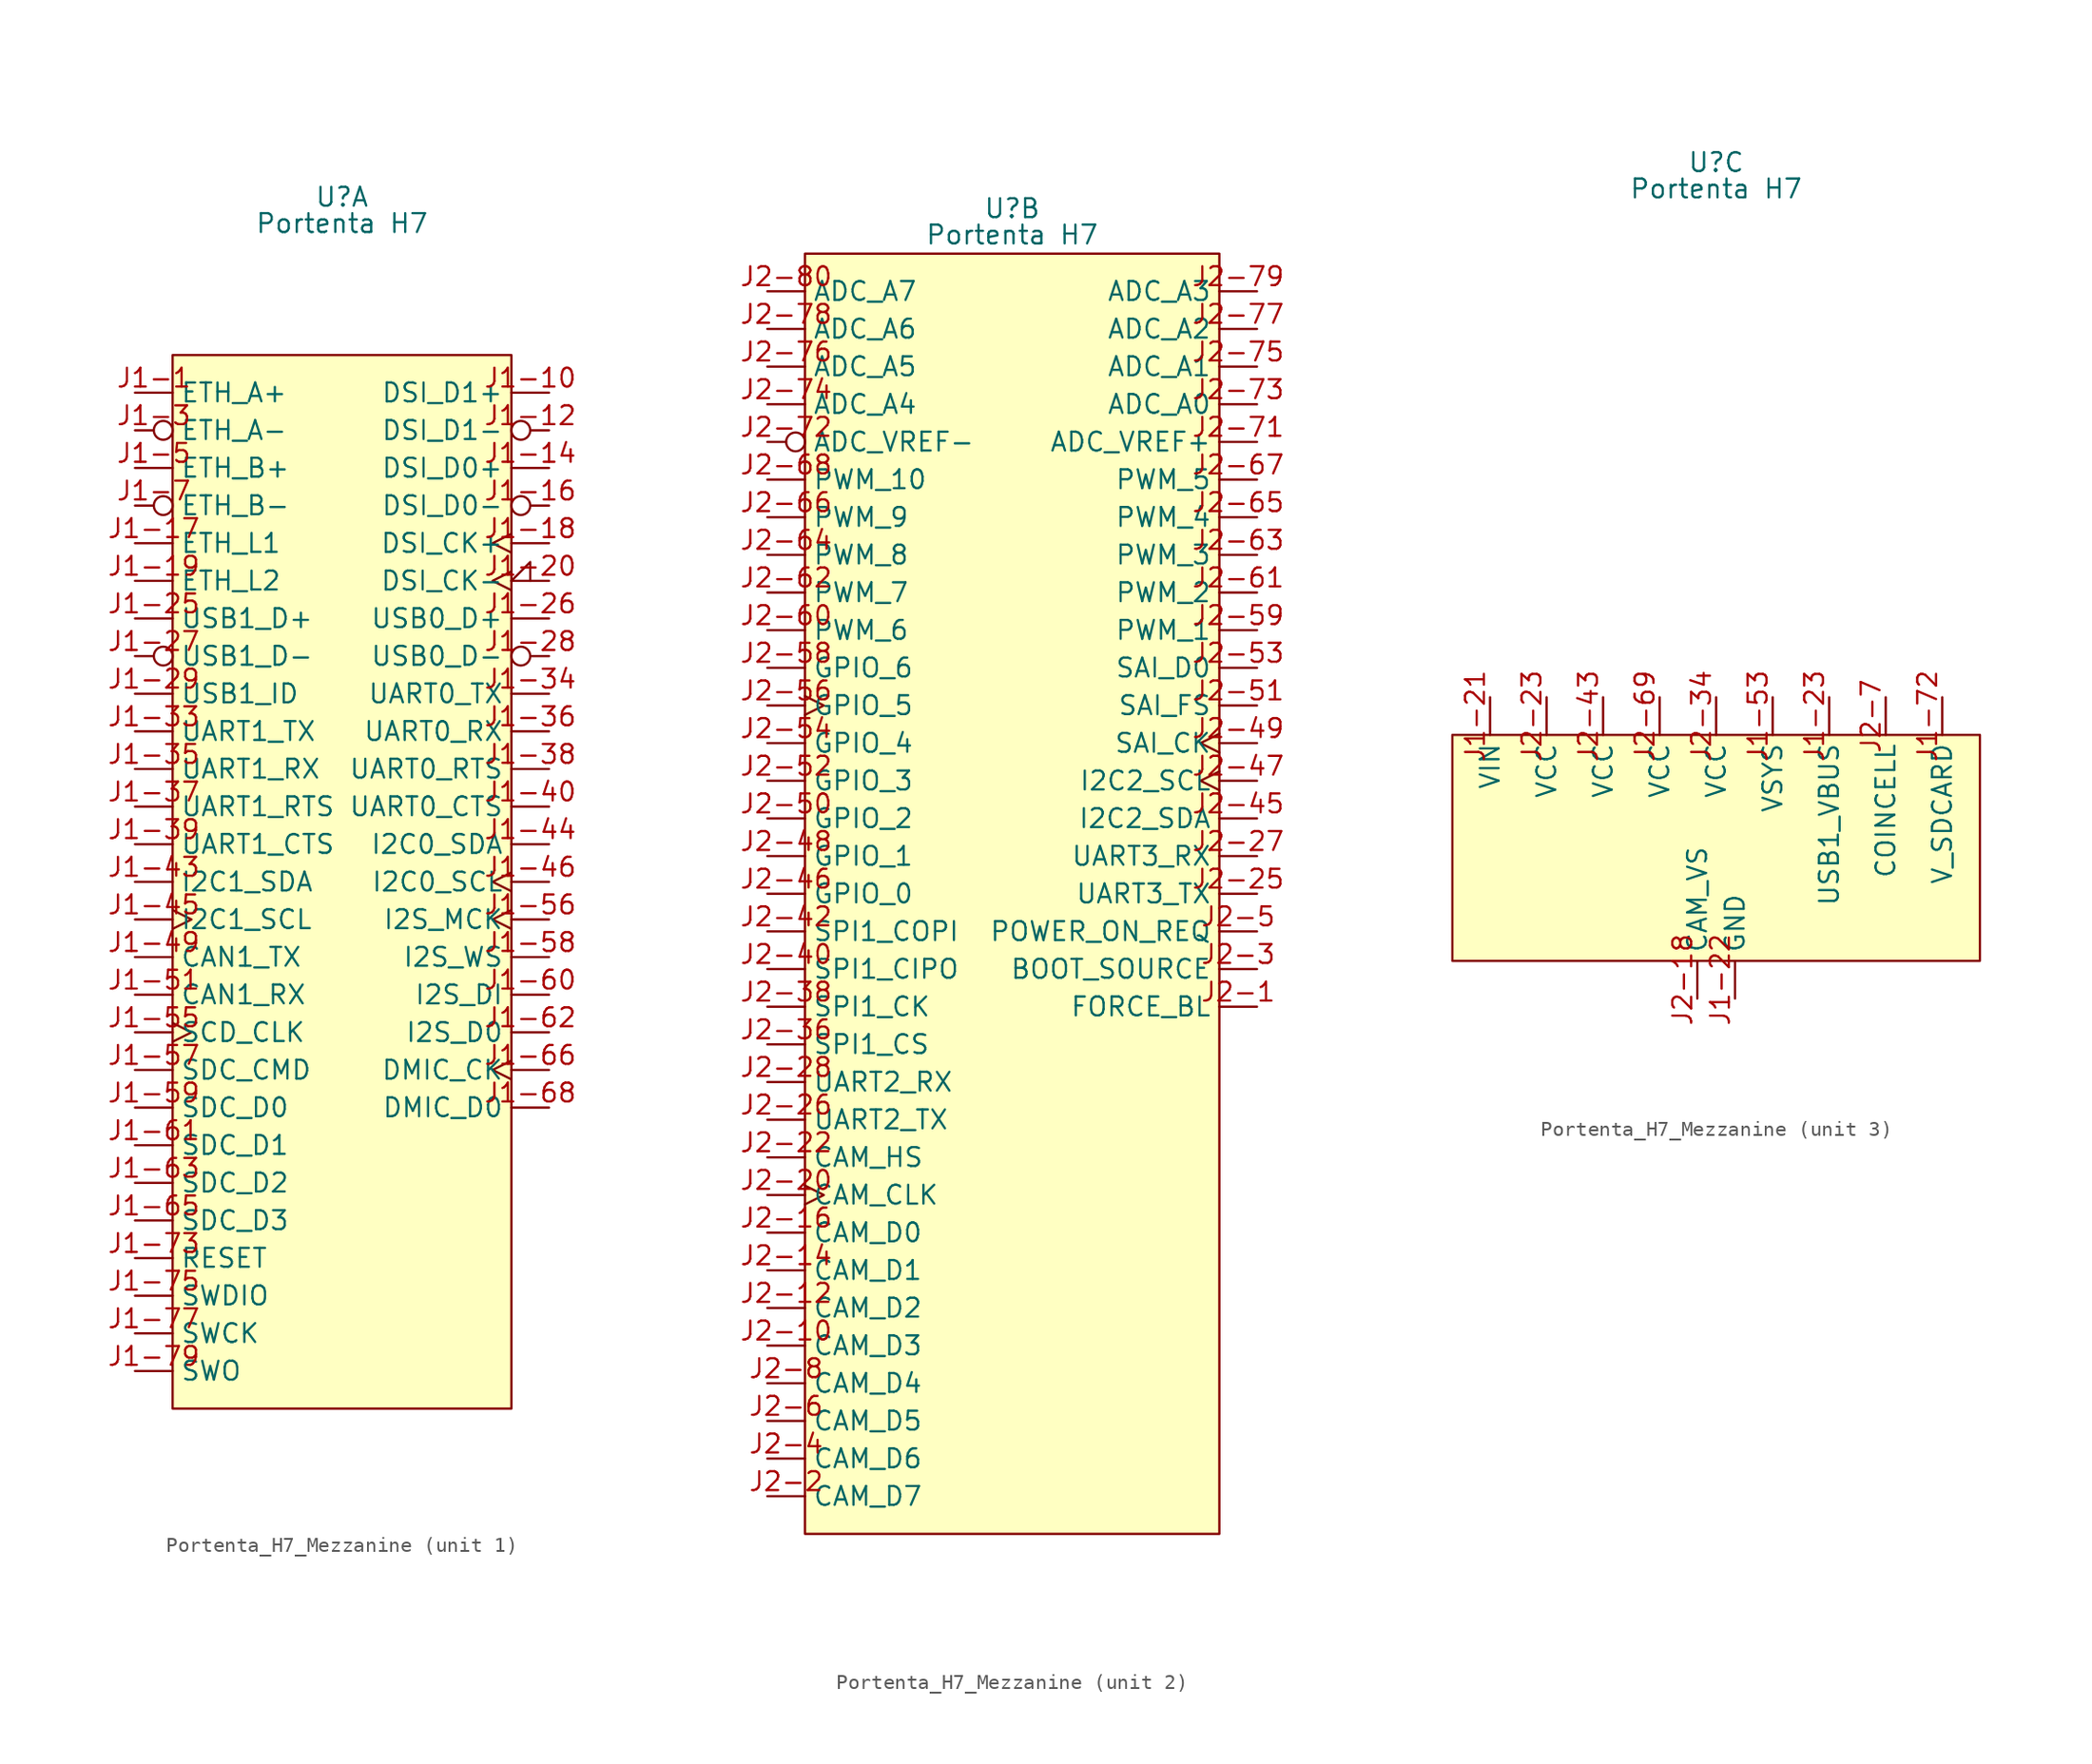
<source format=kicad_sym>
(kicad_symbol_lib
  (version 20231120)
  (generator "kicad_symbol_editor")
  (generator_version "8.0")
  (symbol "Portenta_H7_Mezzanine"
    (property "Reference" "U"
      (at 0 46.228 0)
      (do_not_autoplace)
      (effects (font (size 1.27 1.27))))
    (property "Value" "Portenta H7"
      (at 0 44.45 0)
      (do_not_autoplace)
      (effects (font (size 1.27 1.27))))
    (property "ki_locked" ""
      (at 0 0 0)
      (effects (font (size 1.27 1.27))))
    (symbol "Portenta_H7_Mezzanine_1_0"
      (pin bidirectional line (at -13.97 33.02 0) (length 2.54) (name "ETH_A+" (effects (font (size 1.27 1.27)))) (number "J1-1" (effects (font (size 1.27 1.27)))))
      (pin output line (at 13.97 33.02 180) (length 2.54) (name "DSI_D1+" (effects (font (size 1.27 1.27)))) (number "J1-10" (effects (font (size 1.27 1.27)))))
      (pin no_connect line (at 13.97 -20.32 180) (length 2.54) hide (name "NC" (effects (font (size 1.27 1.27)))) (number "J1-11" (effects (font (size 1.27 1.27)))))
      (pin output inverted (at 13.97 30.48 180) (length 2.54) (name "DSI_D1-" (effects (font (size 1.27 1.27)))) (number "J1-12" (effects (font (size 1.27 1.27)))))
      (pin no_connect line (at 13.97 -20.32 180) (length 2.54) hide (name "NC" (effects (font (size 1.27 1.27)))) (number "J1-13" (effects (font (size 1.27 1.27)))))
      (pin output line (at 13.97 27.94 180) (length 2.54) (name "DSI_D0+" (effects (font (size 1.27 1.27)))) (number "J1-14" (effects (font (size 1.27 1.27)))))
      (pin no_connect line (at 13.97 -20.32 180) (length 2.54) hide (name "NC" (effects (font (size 1.27 1.27)))) (number "J1-15" (effects (font (size 1.27 1.27)))))
      (pin output inverted (at 13.97 25.4 180) (length 2.54) (name "DSI_D0-" (effects (font (size 1.27 1.27)))) (number "J1-16" (effects (font (size 1.27 1.27)))))
      (pin output line (at -13.97 22.86 0) (length 2.54) (name "ETH_L1" (effects (font (size 1.27 1.27)))) (number "J1-17" (effects (font (size 1.27 1.27)))))
      (pin output clock (at 13.97 22.86 180) (length 2.54) (name "DSI_CK+" (effects (font (size 1.27 1.27)))) (number "J1-18" (effects (font (size 1.27 1.27)))))
      (pin output line (at -13.97 20.32 0) (length 2.54) (name "ETH_L2" (effects (font (size 1.27 1.27)))) (number "J1-19" (effects (font (size 1.27 1.27)))))
      (pin no_connect line (at 13.97 -20.32 180) (length 2.54) hide (name "NC" (effects (font (size 1.27 1.27)))) (number "J1-2" (effects (font (size 1.27 1.27)))))
      (pin output clock_low (at 13.97 20.32 180) (length 2.54) (name "DSI_CK-" (effects (font (size 1.27 1.27)))) (number "J1-20" (effects (font (size 1.27 1.27)))))
      (pin no_connect line (at 13.97 -20.32 180) (length 2.54) hide (name "NC" (effects (font (size 1.27 1.27)))) (number "J1-24" (effects (font (size 1.27 1.27)))))
      (pin bidirectional line (at -13.97 17.78 0) (length 2.54) (name "USB1_D+" (effects (font (size 1.27 1.27)))) (number "J1-25" (effects (font (size 1.27 1.27)))))
      (pin bidirectional line (at 13.97 17.78 180) (length 2.54) (name "USB0_D+" (effects (font (size 1.27 1.27)))) (number "J1-26" (effects (font (size 1.27 1.27)))))
      (pin bidirectional inverted (at -13.97 15.24 0) (length 2.54) (name "USB1_D-" (effects (font (size 1.27 1.27)))) (number "J1-27" (effects (font (size 1.27 1.27)))))
      (pin bidirectional inverted (at 13.97 15.24 180) (length 2.54) (name "USB0_D-" (effects (font (size 1.27 1.27)))) (number "J1-28" (effects (font (size 1.27 1.27)))))
      (pin input line (at -13.97 12.7 0) (length 2.54) (name "USB1_ID" (effects (font (size 1.27 1.27)))) (number "J1-29" (effects (font (size 1.27 1.27)))))
      (pin bidirectional inverted (at -13.97 30.48 0) (length 2.54) (name "ETH_A-" (effects (font (size 1.27 1.27)))) (number "J1-3" (effects (font (size 1.27 1.27)))))
      (pin no_connect line (at 13.97 -20.32 180) (length 2.54) hide (name "NC" (effects (font (size 1.27 1.27)))) (number "J1-30" (effects (font (size 1.27 1.27)))))
      (pin output line (at -13.97 10.16 0) (length 2.54) (name "UART1_TX" (effects (font (size 1.27 1.27)))) (number "J1-33" (effects (font (size 1.27 1.27)))))
      (pin output line (at 13.97 12.7 180) (length 2.54) (name "UART0_TX" (effects (font (size 1.27 1.27)))) (number "J1-34" (effects (font (size 1.27 1.27)))))
      (pin input line (at -13.97 7.62 0) (length 2.54) (name "UART1_RX" (effects (font (size 1.27 1.27)))) (number "J1-35" (effects (font (size 1.27 1.27)))))
      (pin input line (at 13.97 10.16 180) (length 2.54) (name "UART0_RX" (effects (font (size 1.27 1.27)))) (number "J1-36" (effects (font (size 1.27 1.27)))))
      (pin input line (at -13.97 5.08 0) (length 2.54) (name "UART1_RTS" (effects (font (size 1.27 1.27)))) (number "J1-37" (effects (font (size 1.27 1.27)))))
      (pin input line (at 13.97 7.62 180) (length 2.54) (name "UART0_RTS" (effects (font (size 1.27 1.27)))) (number "J1-38" (effects (font (size 1.27 1.27)))))
      (pin output line (at -13.97 2.54 0) (length 2.54) (name "UART1_CTS" (effects (font (size 1.27 1.27)))) (number "J1-39" (effects (font (size 1.27 1.27)))))
      (pin no_connect line (at 13.97 -20.32 180) (length 2.54) hide (name "NC" (effects (font (size 1.27 1.27)))) (number "J1-4" (effects (font (size 1.27 1.27)))))
      (pin output line (at 13.97 5.08 180) (length 2.54) (name "UART0_CTS" (effects (font (size 1.27 1.27)))) (number "J1-40" (effects (font (size 1.27 1.27)))))
      (pin bidirectional line (at -13.97 0 0) (length 2.54) (name "I2C1_SDA" (effects (font (size 1.27 1.27)))) (number "J1-43" (effects (font (size 1.27 1.27)))))
      (pin bidirectional line (at 13.97 2.54 180) (length 2.54) (name "I2C0_SDA" (effects (font (size 1.27 1.27)))) (number "J1-44" (effects (font (size 1.27 1.27)))))
      (pin output clock (at -13.97 -2.54 0) (length 2.54) (name "I2C1_SCL" (effects (font (size 1.27 1.27)))) (number "J1-45" (effects (font (size 1.27 1.27)))))
      (pin output clock (at 13.97 0 180) (length 2.54) (name "I2C0_SCL" (effects (font (size 1.27 1.27)))) (number "J1-46" (effects (font (size 1.27 1.27)))))
      (pin output line (at -13.97 -5.08 0) (length 2.54) (name "CAN1_TX" (effects (font (size 1.27 1.27)))) (number "J1-49" (effects (font (size 1.27 1.27)))))
      (pin bidirectional line (at -13.97 27.94 0) (length 2.54) (name "ETH_B+" (effects (font (size 1.27 1.27)))) (number "J1-5" (effects (font (size 1.27 1.27)))))
      (pin no_connect line (at 13.97 -20.32 180) (length 2.54) hide (name "NC" (effects (font (size 1.27 1.27)))) (number "J1-50" (effects (font (size 1.27 1.27)))))
      (pin input line (at -13.97 -7.62 0) (length 2.54) (name "CAN1_RX" (effects (font (size 1.27 1.27)))) (number "J1-51" (effects (font (size 1.27 1.27)))))
      (pin no_connect line (at 13.97 -20.32 180) (length 2.54) hide (name "NC" (effects (font (size 1.27 1.27)))) (number "J1-52" (effects (font (size 1.27 1.27)))))
      (pin output clock (at -13.97 -10.16 0) (length 2.54) (name "SCD_CLK" (effects (font (size 1.27 1.27)))) (number "J1-55" (effects (font (size 1.27 1.27)))))
      (pin output clock (at 13.97 -2.54 180) (length 2.54) (name "I2S_MCK" (effects (font (size 1.27 1.27)))) (number "J1-56" (effects (font (size 1.27 1.27)))))
      (pin output line (at -13.97 -12.7 0) (length 2.54) (name "SDC_CMD" (effects (font (size 1.27 1.27)))) (number "J1-57" (effects (font (size 1.27 1.27)))))
      (pin output line (at 13.97 -5.08 180) (length 2.54) (name "I2S_WS" (effects (font (size 1.27 1.27)))) (number "J1-58" (effects (font (size 1.27 1.27)))))
      (pin bidirectional line (at -13.97 -15.24 0) (length 2.54) (name "SDC_D0" (effects (font (size 1.27 1.27)))) (number "J1-59" (effects (font (size 1.27 1.27)))))
      (pin no_connect line (at 13.97 -20.32 180) (length 2.54) hide (name "NC" (effects (font (size 1.27 1.27)))) (number "J1-6" (effects (font (size 1.27 1.27)))))
      (pin input line (at 13.97 -7.62 180) (length 2.54) (name "I2S_DI" (effects (font (size 1.27 1.27)))) (number "J1-60" (effects (font (size 1.27 1.27)))))
      (pin bidirectional line (at -13.97 -17.78 0) (length 2.54) (name "SDC_D1" (effects (font (size 1.27 1.27)))) (number "J1-61" (effects (font (size 1.27 1.27)))))
      (pin bidirectional line (at 13.97 -10.16 180) (length 2.54) (name "I2S_D0" (effects (font (size 1.27 1.27)))) (number "J1-62" (effects (font (size 1.27 1.27)))))
      (pin bidirectional line (at -13.97 -20.32 0) (length 2.54) (name "SDC_D2" (effects (font (size 1.27 1.27)))) (number "J1-63" (effects (font (size 1.27 1.27)))))
      (pin bidirectional line (at -13.97 -22.86 0) (length 2.54) (name "SDC_D3" (effects (font (size 1.27 1.27)))) (number "J1-65" (effects (font (size 1.27 1.27)))))
      (pin output clock (at 13.97 -12.7 180) (length 2.54) (name "DMIC_CK" (effects (font (size 1.27 1.27)))) (number "J1-66" (effects (font (size 1.27 1.27)))))
      (pin no_connect line (at 13.97 -20.32 180) (length 2.54) hide (name "NC" (effects (font (size 1.27 1.27)))) (number "J1-67" (effects (font (size 1.27 1.27)))))
      (pin bidirectional line (at 13.97 -15.24 180) (length 2.54) (name "DMIC_D0" (effects (font (size 1.27 1.27)))) (number "J1-68" (effects (font (size 1.27 1.27)))))
      (pin no_connect line (at 13.97 -20.32 180) (length 2.54) hide (name "NC" (effects (font (size 1.27 1.27)))) (number "J1-69" (effects (font (size 1.27 1.27)))))
      (pin bidirectional inverted (at -13.97 25.4 0) (length 2.54) (name "ETH_B-" (effects (font (size 1.27 1.27)))) (number "J1-7" (effects (font (size 1.27 1.27)))))
      (pin no_connect line (at 13.97 -20.32 180) (length 2.54) hide (name "NC" (effects (font (size 1.27 1.27)))) (number "J1-70" (effects (font (size 1.27 1.27)))))
      (pin no_connect line (at 13.97 -20.32 180) (length 2.54) hide (name "NC" (effects (font (size 1.27 1.27)))) (number "J1-71" (effects (font (size 1.27 1.27)))))
      (pin input line (at -13.97 -25.4 0) (length 2.54) (name "RESET" (effects (font (size 1.27 1.27)))) (number "J1-73" (effects (font (size 1.27 1.27)))))
      (pin no_connect line (at 13.97 -20.32 180) (length 2.54) hide (name "NC" (effects (font (size 1.27 1.27)))) (number "J1-74" (effects (font (size 1.27 1.27)))))
      (pin bidirectional line (at -13.97 -27.94 0) (length 2.54) (name "SWDIO" (effects (font (size 1.27 1.27)))) (number "J1-75" (effects (font (size 1.27 1.27)))))
      (pin no_connect line (at 13.97 -20.32 180) (length 2.54) hide (name "NC" (effects (font (size 1.27 1.27)))) (number "J1-76" (effects (font (size 1.27 1.27)))))
      (pin output line (at -13.97 -30.48 0) (length 2.54) (name "SWCK" (effects (font (size 1.27 1.27)))) (number "J1-77" (effects (font (size 1.27 1.27)))))
      (pin no_connect line (at 13.97 -20.32 180) (length 2.54) hide (name "NC" (effects (font (size 1.27 1.27)))) (number "J1-78" (effects (font (size 1.27 1.27)))))
      (pin output line (at -13.97 -33.02 0) (length 2.54) (name "SWO" (effects (font (size 1.27 1.27)))) (number "J1-79" (effects (font (size 1.27 1.27)))))
      (pin no_connect line (at 13.97 -20.32 180) (length 2.54) hide (name "NC" (effects (font (size 1.27 1.27)))) (number "J1-8" (effects (font (size 1.27 1.27)))))
      (pin no_connect line (at 13.97 -20.32 180) (length 2.54) hide (name "NC" (effects (font (size 1.27 1.27)))) (number "J1-80" (effects (font (size 1.27 1.27)))))
      (pin no_connect line (at 13.97 -20.32 180) (length 2.54) hide (name "NC" (effects (font (size 1.27 1.27)))) (number "J1-9" (effects (font (size 1.27 1.27))))))
    (symbol "Portenta_H7_Mezzanine_1_1"
      (rectangle (start -11.43 35.56) (end 11.43 -35.56) (stroke (width 0) (type default)) (fill (type background))))
    (symbol "Portenta_H7_Mezzanine_2_0"
      (pin input line (at 16.51 -7.62 180) (length 2.54) (name "FORCE_BL" (effects (font (size 1.27 1.27)))) (number "J2-1" (effects (font (size 1.27 1.27)))))
      (pin bidirectional line (at -16.51 -30.48 0) (length 2.54) (name "CAM_D3" (effects (font (size 1.27 1.27)))) (number "J2-10" (effects (font (size 1.27 1.27)))))
      (pin no_connect line (at 16.51 -12.7 180) (length 2.54) hide (name "NC" (effects (font (size 1.27 1.27)))) (number "J2-11" (effects (font (size 1.27 1.27)))))
      (pin bidirectional line (at -16.51 -27.94 0) (length 2.54) (name "CAM_D2" (effects (font (size 1.27 1.27)))) (number "J2-12" (effects (font (size 1.27 1.27)))))
      (pin no_connect line (at 16.51 -12.7 180) (length 2.54) hide (name "NC" (effects (font (size 1.27 1.27)))) (number "J2-13" (effects (font (size 1.27 1.27)))))
      (pin bidirectional line (at -16.51 -25.4 0) (length 2.54) (name "CAM_D1" (effects (font (size 1.27 1.27)))) (number "J2-14" (effects (font (size 1.27 1.27)))))
      (pin no_connect line (at 16.51 -12.7 180) (length 2.54) hide (name "NC" (effects (font (size 1.27 1.27)))) (number "J2-15" (effects (font (size 1.27 1.27)))))
      (pin bidirectional line (at -16.51 -22.86 0) (length 2.54) (name "CAM_D0" (effects (font (size 1.27 1.27)))) (number "J2-16" (effects (font (size 1.27 1.27)))))
      (pin no_connect line (at 16.51 -12.7 180) (length 2.54) hide (name "NC" (effects (font (size 1.27 1.27)))) (number "J2-17" (effects (font (size 1.27 1.27)))))
      (pin no_connect line (at 16.51 -12.7 180) (length 2.54) hide (name "NC" (effects (font (size 1.27 1.27)))) (number "J2-19" (effects (font (size 1.27 1.27)))))
      (pin bidirectional line (at -16.51 -40.64 0) (length 2.54) (name "CAM_D7" (effects (font (size 1.27 1.27)))) (number "J2-2" (effects (font (size 1.27 1.27)))))
      (pin output clock (at -16.51 -20.32 0) (length 2.54) (name "CAM_CLK" (effects (font (size 1.27 1.27)))) (number "J2-20" (effects (font (size 1.27 1.27)))))
      (pin no_connect line (at 16.51 -12.7 180) (length 2.54) hide (name "NC" (effects (font (size 1.27 1.27)))) (number "J2-21" (effects (font (size 1.27 1.27)))))
      (pin output line (at -16.51 -17.78 0) (length 2.54) (name "CAM_HS" (effects (font (size 1.27 1.27)))) (number "J2-22" (effects (font (size 1.27 1.27)))))
      (pin output line (at 16.51 0 180) (length 2.54) (name "UART3_TX" (effects (font (size 1.27 1.27)))) (number "J2-25" (effects (font (size 1.27 1.27)))))
      (pin output line (at -16.51 -15.24 0) (length 2.54) (name "UART2_TX" (effects (font (size 1.27 1.27)))) (number "J2-26" (effects (font (size 1.27 1.27)))))
      (pin input line (at 16.51 2.54 180) (length 2.54) (name "UART3_RX" (effects (font (size 1.27 1.27)))) (number "J2-27" (effects (font (size 1.27 1.27)))))
      (pin input line (at -16.51 -12.7 0) (length 2.54) (name "UART2_RX" (effects (font (size 1.27 1.27)))) (number "J2-28" (effects (font (size 1.27 1.27)))))
      (pin no_connect line (at 16.51 -12.7 180) (length 2.54) hide (name "NC" (effects (font (size 1.27 1.27)))) (number "J2-29" (effects (font (size 1.27 1.27)))))
      (pin input line (at 16.51 -5.08 180) (length 2.54) (name "BOOT_SOURCE" (effects (font (size 1.27 1.27)))) (number "J2-3" (effects (font (size 1.27 1.27)))))
      (pin no_connect line (at 16.51 -12.7 180) (length 2.54) hide (name "NC" (effects (font (size 1.27 1.27)))) (number "J2-30" (effects (font (size 1.27 1.27)))))
      (pin no_connect line (at 16.51 -12.7 180) (length 2.54) hide (name "NC" (effects (font (size 1.27 1.27)))) (number "J2-31" (effects (font (size 1.27 1.27)))))
      (pin no_connect line (at 16.51 -12.7 180) (length 2.54) hide (name "NC" (effects (font (size 1.27 1.27)))) (number "J2-32" (effects (font (size 1.27 1.27)))))
      (pin no_connect line (at 16.51 -12.7 180) (length 2.54) hide (name "NC" (effects (font (size 1.27 1.27)))) (number "J2-35" (effects (font (size 1.27 1.27)))))
      (pin input line (at -16.51 -10.16 0) (length 2.54) (name "SPI1_CS" (effects (font (size 1.27 1.27)))) (number "J2-36" (effects (font (size 1.27 1.27)))))
      (pin no_connect line (at 16.51 -12.7 180) (length 2.54) hide (name "NC" (effects (font (size 1.27 1.27)))) (number "J2-37" (effects (font (size 1.27 1.27)))))
      (pin input line (at -16.51 -7.62 0) (length 2.54) (name "SPI1_CK" (effects (font (size 1.27 1.27)))) (number "J2-38" (effects (font (size 1.27 1.27)))))
      (pin no_connect line (at 16.51 -12.7 180) (length 2.54) hide (name "NC" (effects (font (size 1.27 1.27)))) (number "J2-39" (effects (font (size 1.27 1.27)))))
      (pin bidirectional line (at -16.51 -38.1 0) (length 2.54) (name "CAM_D6" (effects (font (size 1.27 1.27)))) (number "J2-4" (effects (font (size 1.27 1.27)))))
      (pin input line (at -16.51 -5.08 0) (length 2.54) (name "SPI1_CIPO" (effects (font (size 1.27 1.27)))) (number "J2-40" (effects (font (size 1.27 1.27)))))
      (pin no_connect line (at 16.51 -12.7 180) (length 2.54) hide (name "NC" (effects (font (size 1.27 1.27)))) (number "J2-41" (effects (font (size 1.27 1.27)))))
      (pin output line (at -16.51 -2.54 0) (length 2.54) (name "SPI1_COPI" (effects (font (size 1.27 1.27)))) (number "J2-42" (effects (font (size 1.27 1.27)))))
      (pin bidirectional line (at 16.51 5.08 180) (length 2.54) (name "I2C2_SDA" (effects (font (size 1.27 1.27)))) (number "J2-45" (effects (font (size 1.27 1.27)))))
      (pin bidirectional line (at -16.51 0 0) (length 2.54) (name "GPIO_0" (effects (font (size 1.27 1.27)))) (number "J2-46" (effects (font (size 1.27 1.27)))))
      (pin output clock (at 16.51 7.62 180) (length 2.54) (name "I2C2_SCL" (effects (font (size 1.27 1.27)))) (number "J2-47" (effects (font (size 1.27 1.27)))))
      (pin bidirectional line (at -16.51 2.54 0) (length 2.54) (name "GPIO_1" (effects (font (size 1.27 1.27)))) (number "J2-48" (effects (font (size 1.27 1.27)))))
      (pin output clock (at 16.51 10.16 180) (length 2.54) (name "SAI_CK" (effects (font (size 1.27 1.27)))) (number "J2-49" (effects (font (size 1.27 1.27)))))
      (pin input line (at 16.51 -2.54 180) (length 2.54) (name "POWER_ON_REQ" (effects (font (size 1.27 1.27)))) (number "J2-5" (effects (font (size 1.27 1.27)))))
      (pin bidirectional line (at -16.51 5.08 0) (length 2.54) (name "GPIO_2" (effects (font (size 1.27 1.27)))) (number "J2-50" (effects (font (size 1.27 1.27)))))
      (pin output line (at 16.51 12.7 180) (length 2.54) (name "SAI_FS" (effects (font (size 1.27 1.27)))) (number "J2-51" (effects (font (size 1.27 1.27)))))
      (pin bidirectional line (at -16.51 7.62 0) (length 2.54) (name "GPIO_3" (effects (font (size 1.27 1.27)))) (number "J2-52" (effects (font (size 1.27 1.27)))))
      (pin bidirectional line (at 16.51 15.24 180) (length 2.54) (name "SAI_D0" (effects (font (size 1.27 1.27)))) (number "J2-53" (effects (font (size 1.27 1.27)))))
      (pin bidirectional line (at -16.51 10.16 0) (length 2.54) (name "GPIO_4" (effects (font (size 1.27 1.27)))) (number "J2-54" (effects (font (size 1.27 1.27)))))
      (pin no_connect clock (at 16.51 -12.7 180) (length 2.54) hide (name "NC" (effects (font (size 1.27 1.27)))) (number "J2-55" (effects (font (size 1.27 1.27)))))
      (pin bidirectional clock (at -16.51 12.7 0) (length 2.54) (name "GPIO_5" (effects (font (size 1.27 1.27)))) (number "J2-56" (effects (font (size 1.27 1.27)))))
      (pin bidirectional line (at -16.51 15.24 0) (length 2.54) (name "GPIO_6" (effects (font (size 1.27 1.27)))) (number "J2-58" (effects (font (size 1.27 1.27)))))
      (pin output line (at 16.51 17.78 180) (length 2.54) (name "PWM_1" (effects (font (size 1.27 1.27)))) (number "J2-59" (effects (font (size 1.27 1.27)))))
      (pin bidirectional line (at -16.51 -35.56 0) (length 2.54) (name "CAM_D5" (effects (font (size 1.27 1.27)))) (number "J2-6" (effects (font (size 1.27 1.27)))))
      (pin output line (at -16.51 17.78 0) (length 2.54) (name "PWM_6" (effects (font (size 1.27 1.27)))) (number "J2-60" (effects (font (size 1.27 1.27)))))
      (pin output line (at 16.51 20.32 180) (length 2.54) (name "PWM_2" (effects (font (size 1.27 1.27)))) (number "J2-61" (effects (font (size 1.27 1.27)))))
      (pin output line (at -16.51 20.32 0) (length 2.54) (name "PWM_7" (effects (font (size 1.27 1.27)))) (number "J2-62" (effects (font (size 1.27 1.27)))))
      (pin output line (at 16.51 22.86 180) (length 2.54) (name "PWM_3" (effects (font (size 1.27 1.27)))) (number "J2-63" (effects (font (size 1.27 1.27)))))
      (pin output line (at -16.51 22.86 0) (length 2.54) (name "PWM_8" (effects (font (size 1.27 1.27)))) (number "J2-64" (effects (font (size 1.27 1.27)))))
      (pin output line (at 16.51 25.4 180) (length 2.54) (name "PWM_4" (effects (font (size 1.27 1.27)))) (number "J2-65" (effects (font (size 1.27 1.27)))))
      (pin output line (at -16.51 25.4 0) (length 2.54) (name "PWM_9" (effects (font (size 1.27 1.27)))) (number "J2-66" (effects (font (size 1.27 1.27)))))
      (pin output line (at 16.51 27.94 180) (length 2.54) (name "PWM_5" (effects (font (size 1.27 1.27)))) (number "J2-67" (effects (font (size 1.27 1.27)))))
      (pin output line (at -16.51 27.94 0) (length 2.54) (name "PWM_10" (effects (font (size 1.27 1.27)))) (number "J2-68" (effects (font (size 1.27 1.27)))))
      (pin power_out line (at 16.51 30.48 180) (length 2.54) (name "ADC_VREF+" (effects (font (size 1.27 1.27)))) (number "J2-71" (effects (font (size 1.27 1.27)))))
      (pin power_out inverted (at -16.51 30.48 0) (length 2.54) (name "ADC_VREF-" (effects (font (size 1.27 1.27)))) (number "J2-72" (effects (font (size 1.27 1.27)))))
      (pin bidirectional line (at 16.51 33.02 180) (length 2.54) (name "ADC_A0" (effects (font (size 1.27 1.27)))) (number "J2-73" (effects (font (size 1.27 1.27)))))
      (pin bidirectional line (at -16.51 33.02 0) (length 2.54) (name "ADC_A4" (effects (font (size 1.27 1.27)))) (number "J2-74" (effects (font (size 1.27 1.27)))))
      (pin bidirectional line (at 16.51 35.56 180) (length 2.54) (name "ADC_A1" (effects (font (size 1.27 1.27)))) (number "J2-75" (effects (font (size 1.27 1.27)))))
      (pin bidirectional line (at -16.51 35.56 0) (length 2.54) (name "ADC_A5" (effects (font (size 1.27 1.27)))) (number "J2-76" (effects (font (size 1.27 1.27)))))
      (pin bidirectional line (at 16.51 38.1 180) (length 2.54) (name "ADC_A2" (effects (font (size 1.27 1.27)))) (number "J2-77" (effects (font (size 1.27 1.27)))))
      (pin bidirectional line (at -16.51 38.1 0) (length 2.54) (name "ADC_A6" (effects (font (size 1.27 1.27)))) (number "J2-78" (effects (font (size 1.27 1.27)))))
      (pin bidirectional line (at 16.51 40.64 180) (length 2.54) (name "ADC_A3" (effects (font (size 1.27 1.27)))) (number "J2-79" (effects (font (size 1.27 1.27)))))
      (pin bidirectional line (at -16.51 -33.02 0) (length 2.54) (name "CAM_D4" (effects (font (size 1.27 1.27)))) (number "J2-8" (effects (font (size 1.27 1.27)))))
      (pin bidirectional line (at -16.51 40.64 0) (length 2.54) (name "ADC_A7" (effects (font (size 1.27 1.27)))) (number "J2-80" (effects (font (size 1.27 1.27)))))
      (pin no_connect line (at 16.51 -12.7 180) (length 2.54) hide (name "NC" (effects (font (size 1.27 1.27)))) (number "J2-9" (effects (font (size 1.27 1.27))))))
    (symbol "Portenta_H7_Mezzanine_2_1"
      (rectangle (start -13.97 43.18) (end 13.97 -43.18) (stroke (width 0) (type default)) (fill (type background))))
    (symbol "Portenta_H7_Mezzanine_3_0"
      (pin power_out line (at -15.24 10.16 270) (length 2.54) (name "VIN" (effects (font (size 1.27 1.27)))) (number "J1-21" (effects (font (size 1.27 1.27)))))
      (pin passive line (at 1.27 -10.16 90) (length 2.54) (name "GND" (effects (font (size 1.27 1.27)))) (number "J1-22" (effects (font (size 1.27 1.27)))))
      (pin power_out line (at 7.62 10.16 270) (length 2.54) (name "USB1_VBUS" (effects (font (size 1.27 1.27)))) (number "J1-23" (effects (font (size 1.27 1.27)))))
      (pin passive line (at 1.27 -10.16 90) (length 2.54) hide (name "GND" (effects (font (size 1.27 1.27)))) (number "J1-31" (effects (font (size 1.27 1.27)))))
      (pin power_in line (at -15.24 10.16 270) (length 2.54) hide (name "VIN" (effects (font (size 1.27 1.27)))) (number "J1-32" (effects (font (size 1.27 1.27)))))
      (pin power_in line (at -15.24 10.16 270) (length 2.54) hide (name "VIN" (effects (font (size 1.27 1.27)))) (number "J1-41" (effects (font (size 1.27 1.27)))))
      (pin passive line (at 1.27 -10.16 90) (length 2.54) hide (name "GND" (effects (font (size 1.27 1.27)))) (number "J1-42" (effects (font (size 1.27 1.27)))))
      (pin passive line (at 1.27 -10.16 90) (length 2.54) hide (name "GND" (effects (font (size 1.27 1.27)))) (number "J1-47" (effects (font (size 1.27 1.27)))))
      (pin power_in line (at -15.24 10.16 270) (length 2.54) hide (name "VIN" (effects (font (size 1.27 1.27)))) (number "J1-48" (effects (font (size 1.27 1.27)))))
      (pin power_out line (at 3.81 10.16 270) (length 2.54) (name "VSYS" (effects (font (size 1.27 1.27)))) (number "J1-53" (effects (font (size 1.27 1.27)))))
      (pin passive line (at 1.27 -10.16 90) (length 2.54) hide (name "GND" (effects (font (size 1.27 1.27)))) (number "J1-54" (effects (font (size 1.27 1.27)))))
      (pin power_out line (at 3.81 10.16 270) (length 2.54) hide (name "VSYS" (effects (font (size 1.27 1.27)))) (number "J1-64" (effects (font (size 1.27 1.27)))))
      (pin power_out line (at 15.24 10.16 270) (length 2.54) (name "V_SDCARD" (effects (font (size 1.27 1.27)))) (number "J1-72" (effects (font (size 1.27 1.27)))))
      (pin passive line (at -1.27 -10.16 90) (length 2.54) (name "CAM_VS" (effects (font (size 1.27 1.27)))) (number "J2-18" (effects (font (size 1.27 1.27)))))
      (pin power_in line (at -11.43 10.16 270) (length 2.54) (name "VCC" (effects (font (size 1.27 1.27)))) (number "J2-23" (effects (font (size 1.27 1.27)))) (alternate "+3V3" power_in line))
      (pin passive line (at 1.27 -10.16 90) (length 2.54) hide (name "GND" (effects (font (size 1.27 1.27)))) (number "J2-24" (effects (font (size 1.27 1.27)))))
      (pin passive line (at 1.27 -10.16 90) (length 2.54) hide (name "GND" (effects (font (size 1.27 1.27)))) (number "J2-33" (effects (font (size 1.27 1.27)))))
      (pin output line (at 0 10.16 270) (length 2.54) (name "VCC" (effects (font (size 1.27 1.27)))) (number "J2-34" (effects (font (size 1.27 1.27)))))
      (pin power_in line (at -7.62 10.16 270) (length 2.54) (name "VCC" (effects (font (size 1.27 1.27)))) (number "J2-43" (effects (font (size 1.27 1.27)))) (alternate "+3V3" power_in line))
      (pin passive line (at 1.27 -10.16 90) (length 2.54) hide (name "GND" (effects (font (size 1.27 1.27)))) (number "J2-44" (effects (font (size 1.27 1.27)))))
      (pin passive line (at 1.27 -10.16 90) (length 2.54) hide (name "GND" (effects (font (size 1.27 1.27)))) (number "J2-57" (effects (font (size 1.27 1.27)))))
      (pin power_in line (at -3.81 10.16 270) (length 2.54) (name "VCC" (effects (font (size 1.27 1.27)))) (number "J2-69" (effects (font (size 1.27 1.27)))) (alternate "+3V3" power_in line))
      (pin power_in line (at 11.43 10.16 270) (length 2.54) (name "COINCELL" (effects (font (size 1.27 1.27)))) (number "J2-7" (effects (font (size 1.27 1.27)))))
      (pin passive line (at 1.27 -10.16 90) (length 2.54) hide (name "GND" (effects (font (size 1.27 1.27)))) (number "J2-70" (effects (font (size 1.27 1.27))))))
    (symbol "Portenta_H7_Mezzanine_3_1"
      (rectangle (start -17.78 7.62) (end 17.78 -7.62) (stroke (width 0) (type default)) (fill (type background))))))
</source>
